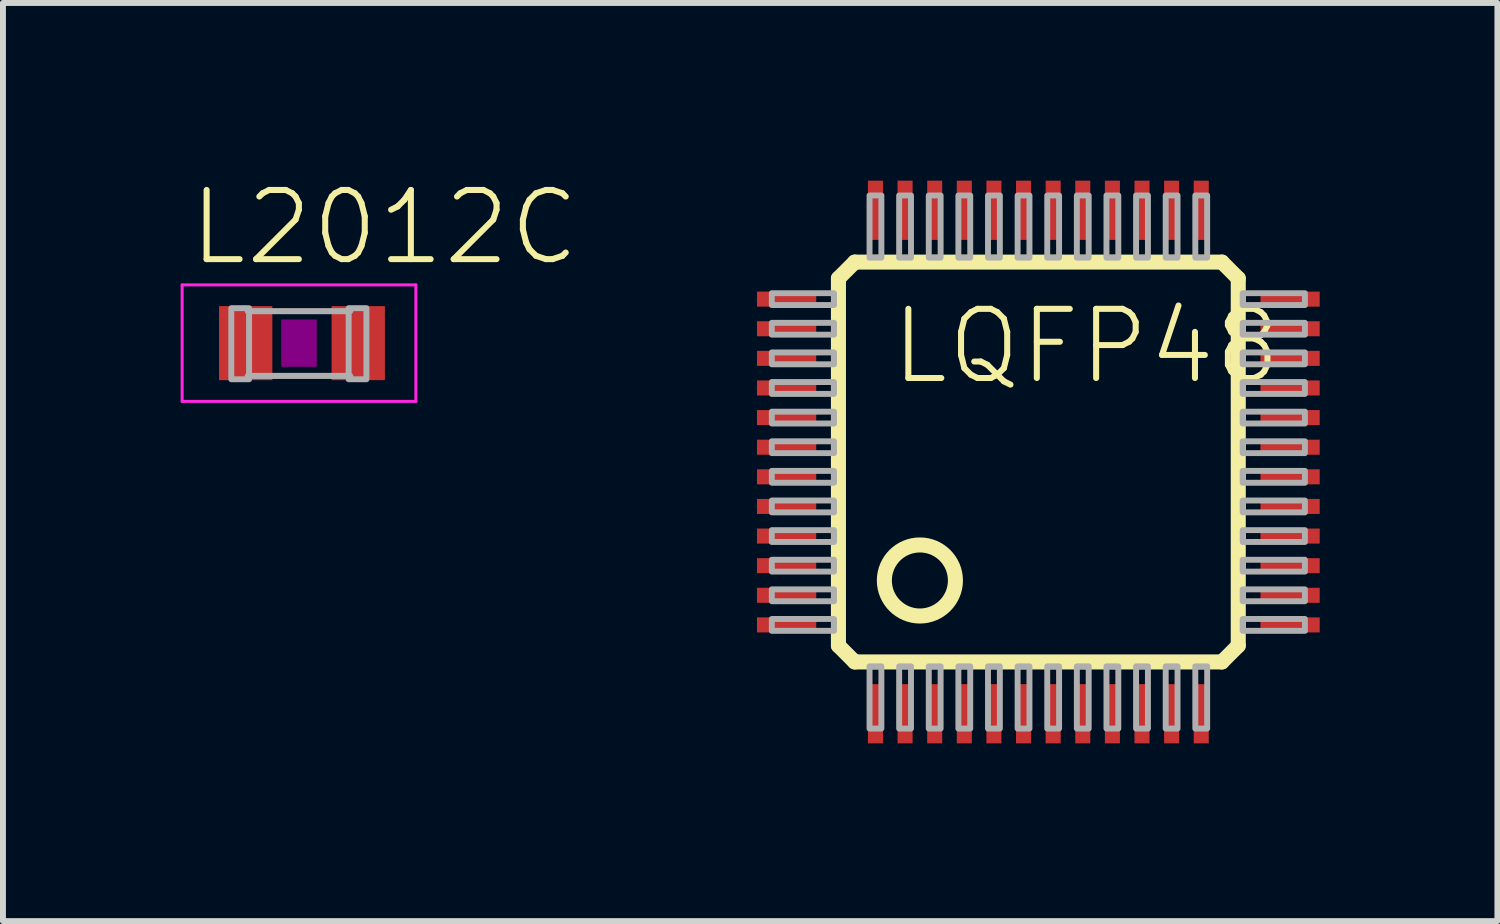
<source format=kicad_pcb>
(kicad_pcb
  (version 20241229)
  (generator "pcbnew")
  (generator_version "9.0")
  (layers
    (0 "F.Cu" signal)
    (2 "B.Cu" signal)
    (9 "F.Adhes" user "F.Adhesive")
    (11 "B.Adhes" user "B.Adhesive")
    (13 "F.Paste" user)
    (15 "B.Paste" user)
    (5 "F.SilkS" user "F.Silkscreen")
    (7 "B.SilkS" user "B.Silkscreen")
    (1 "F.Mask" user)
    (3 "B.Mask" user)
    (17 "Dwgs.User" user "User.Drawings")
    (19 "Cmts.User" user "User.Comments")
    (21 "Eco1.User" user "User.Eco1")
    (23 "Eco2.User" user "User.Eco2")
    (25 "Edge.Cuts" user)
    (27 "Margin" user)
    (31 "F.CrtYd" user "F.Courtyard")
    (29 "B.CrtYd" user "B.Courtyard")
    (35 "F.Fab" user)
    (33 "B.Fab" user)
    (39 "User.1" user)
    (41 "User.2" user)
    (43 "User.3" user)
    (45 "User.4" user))
  (footprint "LQFP48"
    (layer "F.Cu")
    (at 14.48 4.75)
    (property "Reference" "LQFP48" (at -2.54 -1.27 0) (layer "F.SilkS") (effects (font (size 1.168 1.168) (thickness 0.102)) (justify left bottom)))
    (fp_line (start -3.375 -3.1) (end -3.1 -3.375) (stroke (width 0.254) (type solid)) (layer "F.SilkS"))
    (fp_line (start -3.375 3.1) (end -3.375 -3.1) (stroke (width 0.254) (type solid)) (layer "F.SilkS"))
    (fp_line (start -3.1 -3.375) (end 3.1 -3.375) (stroke (width 0.254) (type solid)) (layer "F.SilkS"))
    (fp_line (start -3.1 3.375) (end -3.375 3.1) (stroke (width 0.254) (type solid)) (layer "F.SilkS"))
    (fp_line (start 3.1 -3.375) (end 3.375 -3.1) (stroke (width 0.254) (type solid)) (layer "F.SilkS"))
    (fp_line (start 3.1 3.375) (end -3.1 3.375) (stroke (width 0.254) (type solid)) (layer "F.SilkS"))
    (fp_line (start 3.375 -3.1) (end 3.375 3.1) (stroke (width 0.254) (type solid)) (layer "F.SilkS"))
    (fp_line (start 3.375 3.1) (end 3.1 3.375) (stroke (width 0.254) (type solid)) (layer "F.SilkS"))
    (fp_circle (center -2 2) (end -1.4 2) (stroke (width 0.254) (type solid)) (fill no) (layer "F.SilkS"))
    (fp_poly (pts (xy -4.5 -2.65) (xy -3.45 -2.65) (xy -3.45 -2.85) (xy -4.5 -2.85)) (stroke (width 0.1) (type solid)) (fill no) (layer "F.Fab"))
    (fp_poly (pts (xy -4.5 -2.15) (xy -3.45 -2.15) (xy -3.45 -2.35) (xy -4.5 -2.35)) (stroke (width 0.1) (type solid)) (fill no) (layer "F.Fab"))
    (fp_poly (pts (xy -4.5 -1.65) (xy -3.45 -1.65) (xy -3.45 -1.85) (xy -4.5 -1.85)) (stroke (width 0.1) (type solid)) (fill no) (layer "F.Fab"))
    (fp_poly (pts (xy -4.5 -1.15) (xy -3.45 -1.15) (xy -3.45 -1.35) (xy -4.5 -1.35)) (stroke (width 0.1) (type solid)) (fill no) (layer "F.Fab"))
    (fp_poly (pts (xy -4.5 -0.65) (xy -3.45 -0.65) (xy -3.45 -0.85) (xy -4.5 -0.85)) (stroke (width 0.1) (type solid)) (fill no) (layer "F.Fab"))
    (fp_poly (pts (xy -4.5 -0.15) (xy -3.45 -0.15) (xy -3.45 -0.35) (xy -4.5 -0.35)) (stroke (width 0.1) (type solid)) (fill no) (layer "F.Fab"))
    (fp_poly (pts (xy -4.5 0.35) (xy -3.45 0.35) (xy -3.45 0.15) (xy -4.5 0.15)) (stroke (width 0.1) (type solid)) (fill no) (layer "F.Fab"))
    (fp_poly (pts (xy -4.5 0.85) (xy -3.45 0.85) (xy -3.45 0.65) (xy -4.5 0.65)) (stroke (width 0.1) (type solid)) (fill no) (layer "F.Fab"))
    (fp_poly (pts (xy -4.5 1.35) (xy -3.45 1.35) (xy -3.45 1.15) (xy -4.5 1.15)) (stroke (width 0.1) (type solid)) (fill no) (layer "F.Fab"))
    (fp_poly (pts (xy -4.5 1.85) (xy -3.45 1.85) (xy -3.45 1.65) (xy -4.5 1.65)) (stroke (width 0.1) (type solid)) (fill no) (layer "F.Fab"))
    (fp_poly (pts (xy -4.5 2.35) (xy -3.45 2.35) (xy -3.45 2.15) (xy -4.5 2.15)) (stroke (width 0.1) (type solid)) (fill no) (layer "F.Fab"))
    (fp_poly (pts (xy -4.5 2.85) (xy -3.45 2.85) (xy -3.45 2.65) (xy -4.5 2.65)) (stroke (width 0.1) (type solid)) (fill no) (layer "F.Fab"))
    (fp_poly (pts (xy -2.85 -3.45) (xy -2.65 -3.45) (xy -2.65 -4.5) (xy -2.85 -4.5)) (stroke (width 0.1) (type solid)) (fill no) (layer "F.Fab"))
    (fp_poly (pts (xy -2.85 4.5) (xy -2.65 4.5) (xy -2.65 3.45) (xy -2.85 3.45)) (stroke (width 0.1) (type solid)) (fill no) (layer "F.Fab"))
    (fp_poly (pts (xy -2.35 -3.45) (xy -2.15 -3.45) (xy -2.15 -4.5) (xy -2.35 -4.5)) (stroke (width 0.1) (type solid)) (fill no) (layer "F.Fab"))
    (fp_poly (pts (xy -2.35 4.5) (xy -2.15 4.5) (xy -2.15 3.45) (xy -2.35 3.45)) (stroke (width 0.1) (type solid)) (fill no) (layer "F.Fab"))
    (fp_poly (pts (xy -1.85 -3.45) (xy -1.65 -3.45) (xy -1.65 -4.5) (xy -1.85 -4.5)) (stroke (width 0.1) (type solid)) (fill no) (layer "F.Fab"))
    (fp_poly (pts (xy -1.85 4.5) (xy -1.65 4.5) (xy -1.65 3.45) (xy -1.85 3.45)) (stroke (width 0.1) (type solid)) (fill no) (layer "F.Fab"))
    (fp_poly (pts (xy -1.35 -3.45) (xy -1.15 -3.45) (xy -1.15 -4.5) (xy -1.35 -4.5)) (stroke (width 0.1) (type solid)) (fill no) (layer "F.Fab"))
    (fp_poly (pts (xy -1.35 4.5) (xy -1.15 4.5) (xy -1.15 3.45) (xy -1.35 3.45)) (stroke (width 0.1) (type solid)) (fill no) (layer "F.Fab"))
    (fp_poly (pts (xy -0.85 -3.45) (xy -0.65 -3.45) (xy -0.65 -4.5) (xy -0.85 -4.5)) (stroke (width 0.1) (type solid)) (fill no) (layer "F.Fab"))
    (fp_poly (pts (xy -0.85 4.5) (xy -0.65 4.5) (xy -0.65 3.45) (xy -0.85 3.45)) (stroke (width 0.1) (type solid)) (fill no) (layer "F.Fab"))
    (fp_poly (pts (xy -0.35 -3.45) (xy -0.15 -3.45) (xy -0.15 -4.5) (xy -0.35 -4.5)) (stroke (width 0.1) (type solid)) (fill no) (layer "F.Fab"))
    (fp_poly (pts (xy -0.35 4.5) (xy -0.15 4.5) (xy -0.15 3.45) (xy -0.35 3.45)) (stroke (width 0.1) (type solid)) (fill no) (layer "F.Fab"))
    (fp_poly (pts (xy 0.15 -3.45) (xy 0.35 -3.45) (xy 0.35 -4.5) (xy 0.15 -4.5)) (stroke (width 0.1) (type solid)) (fill no) (layer "F.Fab"))
    (fp_poly (pts (xy 0.15 4.5) (xy 0.35 4.5) (xy 0.35 3.45) (xy 0.15 3.45)) (stroke (width 0.1) (type solid)) (fill no) (layer "F.Fab"))
    (fp_poly (pts (xy 0.65 -3.45) (xy 0.85 -3.45) (xy 0.85 -4.5) (xy 0.65 -4.5)) (stroke (width 0.1) (type solid)) (fill no) (layer "F.Fab"))
    (fp_poly (pts (xy 0.65 4.5) (xy 0.85 4.5) (xy 0.85 3.45) (xy 0.65 3.45)) (stroke (width 0.1) (type solid)) (fill no) (layer "F.Fab"))
    (fp_poly (pts (xy 1.15 -3.45) (xy 1.35 -3.45) (xy 1.35 -4.5) (xy 1.15 -4.5)) (stroke (width 0.1) (type solid)) (fill no) (layer "F.Fab"))
    (fp_poly (pts (xy 1.15 4.5) (xy 1.35 4.5) (xy 1.35 3.45) (xy 1.15 3.45)) (stroke (width 0.1) (type solid)) (fill no) (layer "F.Fab"))
    (fp_poly (pts (xy 1.65 -3.45) (xy 1.85 -3.45) (xy 1.85 -4.5) (xy 1.65 -4.5)) (stroke (width 0.1) (type solid)) (fill no) (layer "F.Fab"))
    (fp_poly (pts (xy 1.65 4.5) (xy 1.85 4.5) (xy 1.85 3.45) (xy 1.65 3.45)) (stroke (width 0.1) (type solid)) (fill no) (layer "F.Fab"))
    (fp_poly (pts (xy 2.15 -3.45) (xy 2.35 -3.45) (xy 2.35 -4.5) (xy 2.15 -4.5)) (stroke (width 0.1) (type solid)) (fill no) (layer "F.Fab"))
    (fp_poly (pts (xy 2.15 4.5) (xy 2.35 4.5) (xy 2.35 3.45) (xy 2.15 3.45)) (stroke (width 0.1) (type solid)) (fill no) (layer "F.Fab"))
    (fp_poly (pts (xy 2.65 -3.45) (xy 2.85 -3.45) (xy 2.85 -4.5) (xy 2.65 -4.5)) (stroke (width 0.1) (type solid)) (fill no) (layer "F.Fab"))
    (fp_poly (pts (xy 2.65 4.5) (xy 2.85 4.5) (xy 2.85 3.45) (xy 2.65 3.45)) (stroke (width 0.1) (type solid)) (fill no) (layer "F.Fab"))
    (fp_poly (pts (xy 3.45 -2.65) (xy 4.5 -2.65) (xy 4.5 -2.85) (xy 3.45 -2.85)) (stroke (width 0.1) (type solid)) (fill no) (layer "F.Fab"))
    (fp_poly (pts (xy 3.45 -2.15) (xy 4.5 -2.15) (xy 4.5 -2.35) (xy 3.45 -2.35)) (stroke (width 0.1) (type solid)) (fill no) (layer "F.Fab"))
    (fp_poly (pts (xy 3.45 -1.65) (xy 4.5 -1.65) (xy 4.5 -1.85) (xy 3.45 -1.85)) (stroke (width 0.1) (type solid)) (fill no) (layer "F.Fab"))
    (fp_poly (pts (xy 3.45 -1.15) (xy 4.5 -1.15) (xy 4.5 -1.35) (xy 3.45 -1.35)) (stroke (width 0.1) (type solid)) (fill no) (layer "F.Fab"))
    (fp_poly (pts (xy 3.45 -0.65) (xy 4.5 -0.65) (xy 4.5 -0.85) (xy 3.45 -0.85)) (stroke (width 0.1) (type solid)) (fill no) (layer "F.Fab"))
    (fp_poly (pts (xy 3.45 -0.15) (xy 4.5 -0.15) (xy 4.5 -0.35) (xy 3.45 -0.35)) (stroke (width 0.1) (type solid)) (fill no) (layer "F.Fab"))
    (fp_poly (pts (xy 3.45 0.35) (xy 4.5 0.35) (xy 4.5 0.15) (xy 3.45 0.15)) (stroke (width 0.1) (type solid)) (fill no) (layer "F.Fab"))
    (fp_poly (pts (xy 3.45 0.85) (xy 4.5 0.85) (xy 4.5 0.65) (xy 3.45 0.65)) (stroke (width 0.1) (type solid)) (fill no) (layer "F.Fab"))
    (fp_poly (pts (xy 3.45 1.35) (xy 4.5 1.35) (xy 4.5 1.15) (xy 3.45 1.15)) (stroke (width 0.1) (type solid)) (fill no) (layer "F.Fab"))
    (fp_poly (pts (xy 3.45 1.85) (xy 4.5 1.85) (xy 4.5 1.65) (xy 3.45 1.65)) (stroke (width 0.1) (type solid)) (fill no) (layer "F.Fab"))
    (fp_poly (pts (xy 3.45 2.35) (xy 4.5 2.35) (xy 4.5 2.15) (xy 3.45 2.15)) (stroke (width 0.1) (type solid)) (fill no) (layer "F.Fab"))
    (fp_poly (pts (xy 3.45 2.85) (xy 4.5 2.85) (xy 4.5 2.65) (xy 3.45 2.65)) (stroke (width 0.1) (type solid)) (fill no) (layer "F.Fab"))
    (pad "1" smd rect (at -2.75 4.25) (size 0.254 1) (layers "F.Cu" "F.Mask" "F.Paste"))
    (pad "2" smd rect (at -2.25 4.25) (size 0.254 1) (layers "F.Cu" "F.Mask" "F.Paste"))
    (pad "3" smd rect (at -1.75 4.25) (size 0.254 1) (layers "F.Cu" "F.Mask" "F.Paste"))
    (pad "4" smd rect (at -1.25 4.25) (size 0.254 1) (layers "F.Cu" "F.Mask" "F.Paste"))
    (pad "5" smd rect (at -0.75 4.25) (size 0.254 1) (layers "F.Cu" "F.Mask" "F.Paste"))
    (pad "6" smd rect (at -0.25 4.25) (size 0.254 1) (layers "F.Cu" "F.Mask" "F.Paste"))
    (pad "7" smd rect (at 0.25 4.25) (size 0.254 1) (layers "F.Cu" "F.Mask" "F.Paste"))
    (pad "8" smd rect (at 0.75 4.25) (size 0.254 1) (layers "F.Cu" "F.Mask" "F.Paste"))
    (pad "9" smd rect (at 1.25 4.25) (size 0.254 1) (layers "F.Cu" "F.Mask" "F.Paste"))
    (pad "10" smd rect (at 1.75 4.25) (size 0.254 1) (layers "F.Cu" "F.Mask" "F.Paste"))
    (pad "11" smd rect (at 2.25 4.25) (size 0.254 1) (layers "F.Cu" "F.Mask" "F.Paste"))
    (pad "12" smd rect (at 2.75 4.25) (size 0.254 1) (layers "F.Cu" "F.Mask" "F.Paste"))
    (pad "13" smd rect (at 4.25 2.75) (size 1 0.254) (layers "F.Cu" "F.Mask" "F.Paste"))
    (pad "14" smd rect (at 4.25 2.25) (size 1 0.254) (layers "F.Cu" "F.Mask" "F.Paste"))
    (pad "15" smd rect (at 4.25 1.75) (size 1 0.254) (layers "F.Cu" "F.Mask" "F.Paste"))
    (pad "16" smd rect (at 4.25 1.25) (size 1 0.254) (layers "F.Cu" "F.Mask" "F.Paste"))
    (pad "17" smd rect (at 4.25 0.75) (size 1 0.254) (layers "F.Cu" "F.Mask" "F.Paste"))
    (pad "18" smd rect (at 4.25 0.25) (size 1 0.254) (layers "F.Cu" "F.Mask" "F.Paste"))
    (pad "19" smd rect (at 4.25 -0.25) (size 1 0.254) (layers "F.Cu" "F.Mask" "F.Paste"))
    (pad "20" smd rect (at 4.25 -0.75) (size 1 0.254) (layers "F.Cu" "F.Mask" "F.Paste"))
    (pad "21" smd rect (at 4.25 -1.25) (size 1 0.254) (layers "F.Cu" "F.Mask" "F.Paste"))
    (pad "22" smd rect (at 4.25 -1.75) (size 1 0.254) (layers "F.Cu" "F.Mask" "F.Paste"))
    (pad "23" smd rect (at 4.25 -2.25) (size 1 0.254) (layers "F.Cu" "F.Mask" "F.Paste"))
    (pad "24" smd rect (at 4.25 -2.75) (size 1 0.254) (layers "F.Cu" "F.Mask" "F.Paste"))
    (pad "25" smd rect (at 2.75 -4.25) (size 0.254 1) (layers "F.Cu" "F.Mask" "F.Paste"))
    (pad "26" smd rect (at 2.25 -4.25) (size 0.254 1) (layers "F.Cu" "F.Mask" "F.Paste"))
    (pad "27" smd rect (at 1.75 -4.25) (size 0.254 1) (layers "F.Cu" "F.Mask" "F.Paste"))
    (pad "28" smd rect (at 1.25 -4.25) (size 0.254 1) (layers "F.Cu" "F.Mask" "F.Paste"))
    (pad "29" smd rect (at 0.75 -4.25) (size 0.254 1) (layers "F.Cu" "F.Mask" "F.Paste"))
    (pad "30" smd rect (at 0.25 -4.25) (size 0.254 1) (layers "F.Cu" "F.Mask" "F.Paste"))
    (pad "31" smd rect (at -0.25 -4.25) (size 0.254 1) (layers "F.Cu" "F.Mask" "F.Paste"))
    (pad "32" smd rect (at -0.75 -4.25) (size 0.254 1) (layers "F.Cu" "F.Mask" "F.Paste"))
    (pad "33" smd rect (at -1.25 -4.25) (size 0.254 1) (layers "F.Cu" "F.Mask" "F.Paste"))
    (pad "34" smd rect (at -1.75 -4.25) (size 0.254 1) (layers "F.Cu" "F.Mask" "F.Paste"))
    (pad "35" smd rect (at -2.25 -4.25) (size 0.254 1) (layers "F.Cu" "F.Mask" "F.Paste"))
    (pad "36" smd rect (at -2.75 -4.25) (size 0.254 1) (layers "F.Cu" "F.Mask" "F.Paste"))
    (pad "37" smd rect (at -4.25 -2.75) (size 1 0.254) (layers "F.Cu" "F.Mask" "F.Paste"))
    (pad "38" smd rect (at -4.25 -2.25) (size 1 0.254) (layers "F.Cu" "F.Mask" "F.Paste"))
    (pad "39" smd rect (at -4.25 -1.75) (size 1 0.254) (layers "F.Cu" "F.Mask" "F.Paste"))
    (pad "40" smd rect (at -4.25 -1.25) (size 1 0.254) (layers "F.Cu" "F.Mask" "F.Paste"))
    (pad "41" smd rect (at -4.25 -0.75) (size 1 0.254) (layers "F.Cu" "F.Mask" "F.Paste"))
    (pad "42" smd rect (at -4.25 -0.25) (size 1 0.254) (layers "F.Cu" "F.Mask" "F.Paste"))
    (pad "43" smd rect (at -4.25 0.25) (size 1 0.254) (layers "F.Cu" "F.Mask" "F.Paste"))
    (pad "44" smd rect (at -4.25 0.75) (size 1 0.254) (layers "F.Cu" "F.Mask" "F.Paste"))
    (pad "45" smd rect (at -4.25 1.25) (size 1 0.254) (layers "F.Cu" "F.Mask" "F.Paste"))
    (pad "46" smd rect (at -4.25 1.75) (size 1 0.254) (layers "F.Cu" "F.Mask" "F.Paste"))
    (pad "47" smd rect (at -4.25 2.25) (size 1 0.254) (layers "F.Cu" "F.Mask" "F.Paste"))
    (pad "48" smd rect (at -4.25 2.75) (size 1 0.254) (layers "F.Cu" "F.Mask" "F.Paste")))
  (footprint "L2012C"
    (layer "F.Cu")
    (at 1.998 2.743)
    (property "Reference" "L2012C" (at -1.905 -1.27 0) (layer "F.SilkS") (effects (font (size 1.168 1.168) (thickness 0.102)) (justify left bottom)))
    (fp_poly (pts (xy -0.3 0.4) (xy 0.3 0.4) (xy 0.3 -0.4) (xy -0.3 -0.4)) (stroke (width 0) (type solid)) (fill yes) (layer "F.Adhes"))
    (fp_line (start -1.973 -0.983) (end 1.973 -0.983) (stroke (width 0.051) (type solid)) (layer "F.CrtYd"))
    (fp_line (start -1.973 0.983) (end -1.973 -0.983) (stroke (width 0.051) (type solid)) (layer "F.CrtYd"))
    (fp_line (start 1.973 -0.983) (end 1.973 0.983) (stroke (width 0.051) (type solid)) (layer "F.CrtYd"))
    (fp_line (start 1.973 0.983) (end -1.973 0.983) (stroke (width 0.051) (type solid)) (layer "F.CrtYd"))
    (fp_line (start -0.864 -0.54) (end 0.864 -0.54) (stroke (width 0.102) (type solid)) (layer "F.Fab"))
    (fp_line (start -0.864 0.553) (end 0.864 0.553) (stroke (width 0.102) (type solid)) (layer "F.Fab"))
    (fp_poly (pts (xy -1.143 0.61) (xy -0.843 0.61) (xy -0.843 -0.59) (xy -1.143 -0.59)) (stroke (width 0.1) (type solid)) (fill no) (layer "F.Fab"))
    (fp_poly (pts (xy 0.838 0.61) (xy 1.138 0.61) (xy 1.138 -0.59) (xy 0.838 -0.59)) (stroke (width 0.1) (type solid)) (fill no) (layer "F.Fab"))
    (pad "1" smd rect (at -0.9 0) (size 0.9 1.25) (layers "F.Cu" "F.Mask" "F.Paste"))
    (pad "2" smd rect (at 1 0) (size 0.9 1.25) (layers "F.Cu" "F.Mask" "F.Paste")))
  (gr_rect
    (start -3 -3)
    (end 22.23 12.5)
    (stroke (width 0.1) (type default))
    (fill no)
    (layer "Edge.Cuts")))
</source>
